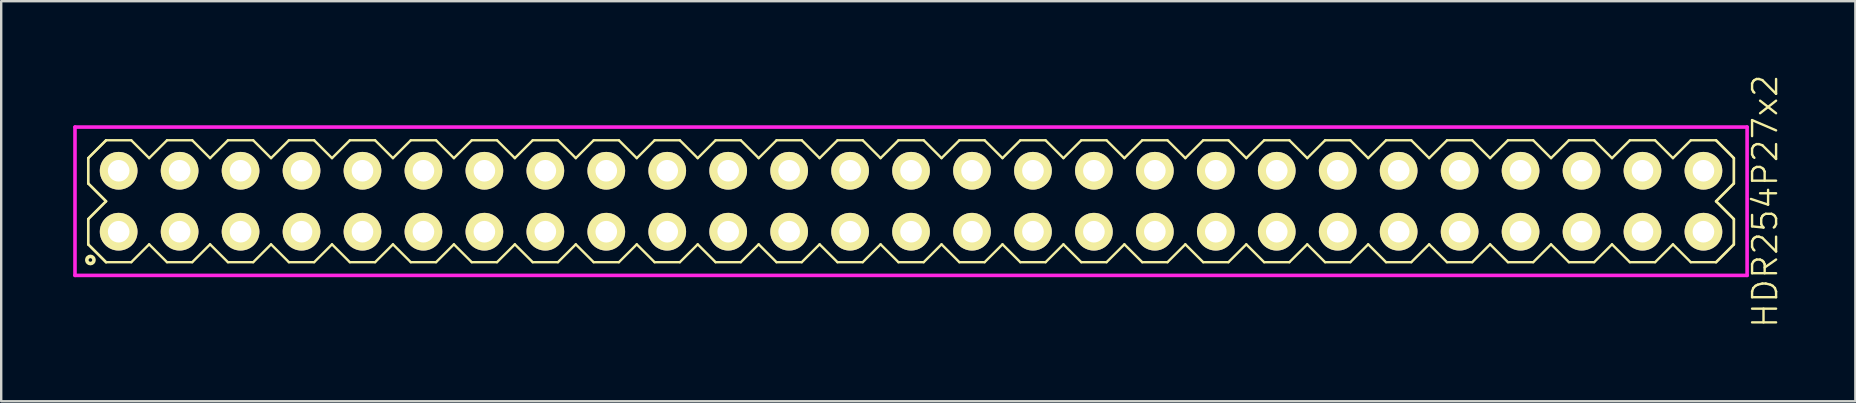
<source format=kicad_pcb>
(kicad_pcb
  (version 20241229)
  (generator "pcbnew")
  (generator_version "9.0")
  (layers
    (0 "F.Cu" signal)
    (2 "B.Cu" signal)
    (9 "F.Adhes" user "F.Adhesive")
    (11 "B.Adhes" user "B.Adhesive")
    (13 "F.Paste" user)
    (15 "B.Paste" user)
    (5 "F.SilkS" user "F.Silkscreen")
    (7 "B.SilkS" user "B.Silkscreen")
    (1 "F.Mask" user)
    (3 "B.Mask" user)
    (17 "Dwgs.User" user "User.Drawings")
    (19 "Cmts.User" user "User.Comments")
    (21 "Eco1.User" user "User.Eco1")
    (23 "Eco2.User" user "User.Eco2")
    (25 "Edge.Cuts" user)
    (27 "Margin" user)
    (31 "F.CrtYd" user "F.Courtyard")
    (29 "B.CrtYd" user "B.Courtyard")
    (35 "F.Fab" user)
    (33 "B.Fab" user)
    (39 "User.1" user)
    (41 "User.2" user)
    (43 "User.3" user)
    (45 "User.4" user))
  (footprint "HDR254P27x2"
    (layer "F.Cu")
    (at 34.915 5.336)
    (property "Reference" "HDR254P27x2" (at 35.59 0 90) (layer "F.SilkS") (effects (font (size 1 1) (thickness 0.1))))
    (attr through_hole)
    (fp_line (start -34.29 -1.796) (end -33.546 -2.54) (stroke (width 0.1) (type solid)) (layer "F.SilkS"))
    (fp_line (start -34.29 -1.796) (end -33.546 -2.54) (stroke (width 0.1) (type solid)) (layer "F.SilkS"))
    (fp_line (start -34.29 -0.744) (end -34.29 -1.796) (stroke (width 0.1) (type solid)) (layer "F.SilkS"))
    (fp_line (start -34.29 -0.744) (end -34.29 -1.796) (stroke (width 0.1) (type solid)) (layer "F.SilkS"))
    (fp_line (start -34.29 0.744) (end -33.546 0) (stroke (width 0.1) (type solid)) (layer "F.SilkS"))
    (fp_line (start -34.29 0.744) (end -33.546 0) (stroke (width 0.1) (type solid)) (layer "F.SilkS"))
    (fp_line (start -34.29 1.796) (end -34.29 0.744) (stroke (width 0.1) (type solid)) (layer "F.SilkS"))
    (fp_line (start -34.29 1.796) (end -34.29 0.744) (stroke (width 0.1) (type solid)) (layer "F.SilkS"))
    (fp_line (start -33.546 -2.54) (end -32.494 -2.54) (stroke (width 0.1) (type solid)) (layer "F.SilkS"))
    (fp_line (start -33.546 0) (end -34.29 -0.744) (stroke (width 0.1) (type solid)) (layer "F.SilkS"))
    (fp_line (start -33.546 0) (end -34.29 -0.744) (stroke (width 0.1) (type solid)) (layer "F.SilkS"))
    (fp_line (start -33.546 2.54) (end -34.29 1.796) (stroke (width 0.1) (type solid)) (layer "F.SilkS"))
    (fp_line (start -33.546 2.54) (end -34.29 1.796) (stroke (width 0.1) (type solid)) (layer "F.SilkS"))
    (fp_line (start -32.494 -2.54) (end -31.75 -1.796) (stroke (width 0.1) (type solid)) (layer "F.SilkS"))
    (fp_line (start -32.494 2.54) (end -33.546 2.54) (stroke (width 0.1) (type solid)) (layer "F.SilkS"))
    (fp_line (start -31.75 -1.796) (end -31.006 -2.54) (stroke (width 0.1) (type solid)) (layer "F.SilkS"))
    (fp_line (start -31.75 1.796) (end -32.494 2.54) (stroke (width 0.1) (type solid)) (layer "F.SilkS"))
    (fp_line (start -31.006 -2.54) (end -29.954 -2.54) (stroke (width 0.1) (type solid)) (layer "F.SilkS"))
    (fp_line (start -31.006 2.54) (end -31.75 1.796) (stroke (width 0.1) (type solid)) (layer "F.SilkS"))
    (fp_line (start -29.954 -2.54) (end -29.21 -1.796) (stroke (width 0.1) (type solid)) (layer "F.SilkS"))
    (fp_line (start -29.954 2.54) (end -31.006 2.54) (stroke (width 0.1) (type solid)) (layer "F.SilkS"))
    (fp_line (start -29.21 -1.796) (end -28.466 -2.54) (stroke (width 0.1) (type solid)) (layer "F.SilkS"))
    (fp_line (start -29.21 1.796) (end -29.954 2.54) (stroke (width 0.1) (type solid)) (layer "F.SilkS"))
    (fp_line (start -28.466 -2.54) (end -27.414 -2.54) (stroke (width 0.1) (type solid)) (layer "F.SilkS"))
    (fp_line (start -28.466 2.54) (end -29.21 1.796) (stroke (width 0.1) (type solid)) (layer "F.SilkS"))
    (fp_line (start -27.414 -2.54) (end -26.67 -1.796) (stroke (width 0.1) (type solid)) (layer "F.SilkS"))
    (fp_line (start -27.414 2.54) (end -28.466 2.54) (stroke (width 0.1) (type solid)) (layer "F.SilkS"))
    (fp_line (start -26.67 -1.796) (end -25.926 -2.54) (stroke (width 0.1) (type solid)) (layer "F.SilkS"))
    (fp_line (start -26.67 1.796) (end -27.414 2.54) (stroke (width 0.1) (type solid)) (layer "F.SilkS"))
    (fp_line (start -25.926 -2.54) (end -24.874 -2.54) (stroke (width 0.1) (type solid)) (layer "F.SilkS"))
    (fp_line (start -25.926 2.54) (end -26.67 1.796) (stroke (width 0.1) (type solid)) (layer "F.SilkS"))
    (fp_line (start -24.874 -2.54) (end -24.13 -1.796) (stroke (width 0.1) (type solid)) (layer "F.SilkS"))
    (fp_line (start -24.874 2.54) (end -25.926 2.54) (stroke (width 0.1) (type solid)) (layer "F.SilkS"))
    (fp_line (start -24.13 -1.796) (end -23.386 -2.54) (stroke (width 0.1) (type solid)) (layer "F.SilkS"))
    (fp_line (start -24.13 1.796) (end -24.874 2.54) (stroke (width 0.1) (type solid)) (layer "F.SilkS"))
    (fp_line (start -23.386 -2.54) (end -22.334 -2.54) (stroke (width 0.1) (type solid)) (layer "F.SilkS"))
    (fp_line (start -23.386 2.54) (end -24.13 1.796) (stroke (width 0.1) (type solid)) (layer "F.SilkS"))
    (fp_line (start -22.334 -2.54) (end -21.59 -1.796) (stroke (width 0.1) (type solid)) (layer "F.SilkS"))
    (fp_line (start -22.334 2.54) (end -23.386 2.54) (stroke (width 0.1) (type solid)) (layer "F.SilkS"))
    (fp_line (start -21.59 -1.796) (end -20.846 -2.54) (stroke (width 0.1) (type solid)) (layer "F.SilkS"))
    (fp_line (start -21.59 1.796) (end -22.334 2.54) (stroke (width 0.1) (type solid)) (layer "F.SilkS"))
    (fp_line (start -20.846 -2.54) (end -19.794 -2.54) (stroke (width 0.1) (type solid)) (layer "F.SilkS"))
    (fp_line (start -20.846 2.54) (end -21.59 1.796) (stroke (width 0.1) (type solid)) (layer "F.SilkS"))
    (fp_line (start -19.794 -2.54) (end -19.05 -1.796) (stroke (width 0.1) (type solid)) (layer "F.SilkS"))
    (fp_line (start -19.794 2.54) (end -20.846 2.54) (stroke (width 0.1) (type solid)) (layer "F.SilkS"))
    (fp_line (start -19.05 -1.796) (end -18.306 -2.54) (stroke (width 0.1) (type solid)) (layer "F.SilkS"))
    (fp_line (start -19.05 1.796) (end -19.794 2.54) (stroke (width 0.1) (type solid)) (layer "F.SilkS"))
    (fp_line (start -18.306 -2.54) (end -17.254 -2.54) (stroke (width 0.1) (type solid)) (layer "F.SilkS"))
    (fp_line (start -18.306 2.54) (end -19.05 1.796) (stroke (width 0.1) (type solid)) (layer "F.SilkS"))
    (fp_line (start -17.254 -2.54) (end -16.51 -1.796) (stroke (width 0.1) (type solid)) (layer "F.SilkS"))
    (fp_line (start -17.254 2.54) (end -18.306 2.54) (stroke (width 0.1) (type solid)) (layer "F.SilkS"))
    (fp_line (start -16.51 -1.796) (end -15.766 -2.54) (stroke (width 0.1) (type solid)) (layer "F.SilkS"))
    (fp_line (start -16.51 1.796) (end -17.254 2.54) (stroke (width 0.1) (type solid)) (layer "F.SilkS"))
    (fp_line (start -15.766 -2.54) (end -14.714 -2.54) (stroke (width 0.1) (type solid)) (layer "F.SilkS"))
    (fp_line (start -15.766 2.54) (end -16.51 1.796) (stroke (width 0.1) (type solid)) (layer "F.SilkS"))
    (fp_line (start -14.714 -2.54) (end -13.97 -1.796) (stroke (width 0.1) (type solid)) (layer "F.SilkS"))
    (fp_line (start -14.714 2.54) (end -15.766 2.54) (stroke (width 0.1) (type solid)) (layer "F.SilkS"))
    (fp_line (start -13.97 -1.796) (end -13.226 -2.54) (stroke (width 0.1) (type solid)) (layer "F.SilkS"))
    (fp_line (start -13.97 1.796) (end -14.714 2.54) (stroke (width 0.1) (type solid)) (layer "F.SilkS"))
    (fp_line (start -13.226 -2.54) (end -12.174 -2.54) (stroke (width 0.1) (type solid)) (layer "F.SilkS"))
    (fp_line (start -13.226 2.54) (end -13.97 1.796) (stroke (width 0.1) (type solid)) (layer "F.SilkS"))
    (fp_line (start -12.174 -2.54) (end -11.43 -1.796) (stroke (width 0.1) (type solid)) (layer "F.SilkS"))
    (fp_line (start -12.174 2.54) (end -13.226 2.54) (stroke (width 0.1) (type solid)) (layer "F.SilkS"))
    (fp_line (start -11.43 -1.796) (end -10.686 -2.54) (stroke (width 0.1) (type solid)) (layer "F.SilkS"))
    (fp_line (start -11.43 1.796) (end -12.174 2.54) (stroke (width 0.1) (type solid)) (layer "F.SilkS"))
    (fp_line (start -10.686 -2.54) (end -9.634 -2.54) (stroke (width 0.1) (type solid)) (layer "F.SilkS"))
    (fp_line (start -10.686 2.54) (end -11.43 1.796) (stroke (width 0.1) (type solid)) (layer "F.SilkS"))
    (fp_line (start -9.634 -2.54) (end -8.89 -1.796) (stroke (width 0.1) (type solid)) (layer "F.SilkS"))
    (fp_line (start -9.634 2.54) (end -10.686 2.54) (stroke (width 0.1) (type solid)) (layer "F.SilkS"))
    (fp_line (start -8.89 -1.796) (end -8.146 -2.54) (stroke (width 0.1) (type solid)) (layer "F.SilkS"))
    (fp_line (start -8.89 1.796) (end -9.634 2.54) (stroke (width 0.1) (type solid)) (layer "F.SilkS"))
    (fp_line (start -8.146 -2.54) (end -7.094 -2.54) (stroke (width 0.1) (type solid)) (layer "F.SilkS"))
    (fp_line (start -8.146 2.54) (end -8.89 1.796) (stroke (width 0.1) (type solid)) (layer "F.SilkS"))
    (fp_line (start -7.094 -2.54) (end -6.35 -1.796) (stroke (width 0.1) (type solid)) (layer "F.SilkS"))
    (fp_line (start -7.094 2.54) (end -8.146 2.54) (stroke (width 0.1) (type solid)) (layer "F.SilkS"))
    (fp_line (start -6.35 -1.796) (end -5.606 -2.54) (stroke (width 0.1) (type solid)) (layer "F.SilkS"))
    (fp_line (start -6.35 1.796) (end -7.094 2.54) (stroke (width 0.1) (type solid)) (layer "F.SilkS"))
    (fp_line (start -5.606 -2.54) (end -4.554 -2.54) (stroke (width 0.1) (type solid)) (layer "F.SilkS"))
    (fp_line (start -5.606 2.54) (end -6.35 1.796) (stroke (width 0.1) (type solid)) (layer "F.SilkS"))
    (fp_line (start -4.554 -2.54) (end -3.81 -1.796) (stroke (width 0.1) (type solid)) (layer "F.SilkS"))
    (fp_line (start -4.554 2.54) (end -5.606 2.54) (stroke (width 0.1) (type solid)) (layer "F.SilkS"))
    (fp_line (start -3.81 -1.796) (end -3.066 -2.54) (stroke (width 0.1) (type solid)) (layer "F.SilkS"))
    (fp_line (start -3.81 1.796) (end -4.554 2.54) (stroke (width 0.1) (type solid)) (layer "F.SilkS"))
    (fp_line (start -3.066 -2.54) (end -2.014 -2.54) (stroke (width 0.1) (type solid)) (layer "F.SilkS"))
    (fp_line (start -3.066 2.54) (end -3.81 1.796) (stroke (width 0.1) (type solid)) (layer "F.SilkS"))
    (fp_line (start -2.014 -2.54) (end -1.27 -1.796) (stroke (width 0.1) (type solid)) (layer "F.SilkS"))
    (fp_line (start -2.014 2.54) (end -3.066 2.54) (stroke (width 0.1) (type solid)) (layer "F.SilkS"))
    (fp_line (start -1.27 -1.796) (end -0.526 -2.54) (stroke (width 0.1) (type solid)) (layer "F.SilkS"))
    (fp_line (start -1.27 1.796) (end -2.014 2.54) (stroke (width 0.1) (type solid)) (layer "F.SilkS"))
    (fp_line (start -0.526 -2.54) (end 0.526 -2.54) (stroke (width 0.1) (type solid)) (layer "F.SilkS"))
    (fp_line (start -0.526 2.54) (end -1.27 1.796) (stroke (width 0.1) (type solid)) (layer "F.SilkS"))
    (fp_line (start 0.526 -2.54) (end 1.27 -1.796) (stroke (width 0.1) (type solid)) (layer "F.SilkS"))
    (fp_line (start 0.526 2.54) (end -0.526 2.54) (stroke (width 0.1) (type solid)) (layer "F.SilkS"))
    (fp_line (start 1.27 -1.796) (end 2.014 -2.54) (stroke (width 0.1) (type solid)) (layer "F.SilkS"))
    (fp_line (start 1.27 1.796) (end 0.526 2.54) (stroke (width 0.1) (type solid)) (layer "F.SilkS"))
    (fp_line (start 2.014 -2.54) (end 3.066 -2.54) (stroke (width 0.1) (type solid)) (layer "F.SilkS"))
    (fp_line (start 2.014 2.54) (end 1.27 1.796) (stroke (width 0.1) (type solid)) (layer "F.SilkS"))
    (fp_line (start 3.066 -2.54) (end 3.81 -1.796) (stroke (width 0.1) (type solid)) (layer "F.SilkS"))
    (fp_line (start 3.066 2.54) (end 2.014 2.54) (stroke (width 0.1) (type solid)) (layer "F.SilkS"))
    (fp_line (start 3.81 -1.796) (end 4.554 -2.54) (stroke (width 0.1) (type solid)) (layer "F.SilkS"))
    (fp_line (start 3.81 1.796) (end 3.066 2.54) (stroke (width 0.1) (type solid)) (layer "F.SilkS"))
    (fp_line (start 4.554 -2.54) (end 5.606 -2.54) (stroke (width 0.1) (type solid)) (layer "F.SilkS"))
    (fp_line (start 4.554 2.54) (end 3.81 1.796) (stroke (width 0.1) (type solid)) (layer "F.SilkS"))
    (fp_line (start 5.606 -2.54) (end 6.35 -1.796) (stroke (width 0.1) (type solid)) (layer "F.SilkS"))
    (fp_line (start 5.606 2.54) (end 4.554 2.54) (stroke (width 0.1) (type solid)) (layer "F.SilkS"))
    (fp_line (start 6.35 -1.796) (end 7.094 -2.54) (stroke (width 0.1) (type solid)) (layer "F.SilkS"))
    (fp_line (start 6.35 1.796) (end 5.606 2.54) (stroke (width 0.1) (type solid)) (layer "F.SilkS"))
    (fp_line (start 7.094 -2.54) (end 8.146 -2.54) (stroke (width 0.1) (type solid)) (layer "F.SilkS"))
    (fp_line (start 7.094 2.54) (end 6.35 1.796) (stroke (width 0.1) (type solid)) (layer "F.SilkS"))
    (fp_line (start 8.146 -2.54) (end 8.89 -1.796) (stroke (width 0.1) (type solid)) (layer "F.SilkS"))
    (fp_line (start 8.146 2.54) (end 7.094 2.54) (stroke (width 0.1) (type solid)) (layer "F.SilkS"))
    (fp_line (start 8.89 -1.796) (end 9.634 -2.54) (stroke (width 0.1) (type solid)) (layer "F.SilkS"))
    (fp_line (start 8.89 1.796) (end 8.146 2.54) (stroke (width 0.1) (type solid)) (layer "F.SilkS"))
    (fp_line (start 9.634 -2.54) (end 10.686 -2.54) (stroke (width 0.1) (type solid)) (layer "F.SilkS"))
    (fp_line (start 9.634 2.54) (end 8.89 1.796) (stroke (width 0.1) (type solid)) (layer "F.SilkS"))
    (fp_line (start 10.686 -2.54) (end 11.43 -1.796) (stroke (width 0.1) (type solid)) (layer "F.SilkS"))
    (fp_line (start 10.686 2.54) (end 9.634 2.54) (stroke (width 0.1) (type solid)) (layer "F.SilkS"))
    (fp_line (start 11.43 -1.796) (end 12.174 -2.54) (stroke (width 0.1) (type solid)) (layer "F.SilkS"))
    (fp_line (start 11.43 1.796) (end 10.686 2.54) (stroke (width 0.1) (type solid)) (layer "F.SilkS"))
    (fp_line (start 12.174 -2.54) (end 13.226 -2.54) (stroke (width 0.1) (type solid)) (layer "F.SilkS"))
    (fp_line (start 12.174 2.54) (end 11.43 1.796) (stroke (width 0.1) (type solid)) (layer "F.SilkS"))
    (fp_line (start 13.226 -2.54) (end 13.97 -1.796) (stroke (width 0.1) (type solid)) (layer "F.SilkS"))
    (fp_line (start 13.226 2.54) (end 12.174 2.54) (stroke (width 0.1) (type solid)) (layer "F.SilkS"))
    (fp_line (start 13.97 -1.796) (end 14.714 -2.54) (stroke (width 0.1) (type solid)) (layer "F.SilkS"))
    (fp_line (start 13.97 1.796) (end 13.226 2.54) (stroke (width 0.1) (type solid)) (layer "F.SilkS"))
    (fp_line (start 14.714 -2.54) (end 15.766 -2.54) (stroke (width 0.1) (type solid)) (layer "F.SilkS"))
    (fp_line (start 14.714 2.54) (end 13.97 1.796) (stroke (width 0.1) (type solid)) (layer "F.SilkS"))
    (fp_line (start 15.766 -2.54) (end 16.51 -1.796) (stroke (width 0.1) (type solid)) (layer "F.SilkS"))
    (fp_line (start 15.766 2.54) (end 14.714 2.54) (stroke (width 0.1) (type solid)) (layer "F.SilkS"))
    (fp_line (start 16.51 -1.796) (end 17.254 -2.54) (stroke (width 0.1) (type solid)) (layer "F.SilkS"))
    (fp_line (start 16.51 1.796) (end 15.766 2.54) (stroke (width 0.1) (type solid)) (layer "F.SilkS"))
    (fp_line (start 17.254 -2.54) (end 18.306 -2.54) (stroke (width 0.1) (type solid)) (layer "F.SilkS"))
    (fp_line (start 17.254 2.54) (end 16.51 1.796) (stroke (width 0.1) (type solid)) (layer "F.SilkS"))
    (fp_line (start 18.306 -2.54) (end 19.05 -1.796) (stroke (width 0.1) (type solid)) (layer "F.SilkS"))
    (fp_line (start 18.306 2.54) (end 17.254 2.54) (stroke (width 0.1) (type solid)) (layer "F.SilkS"))
    (fp_line (start 19.05 -1.796) (end 19.794 -2.54) (stroke (width 0.1) (type solid)) (layer "F.SilkS"))
    (fp_line (start 19.05 1.796) (end 18.306 2.54) (stroke (width 0.1) (type solid)) (layer "F.SilkS"))
    (fp_line (start 19.794 -2.54) (end 20.846 -2.54) (stroke (width 0.1) (type solid)) (layer "F.SilkS"))
    (fp_line (start 19.794 2.54) (end 19.05 1.796) (stroke (width 0.1) (type solid)) (layer "F.SilkS"))
    (fp_line (start 20.846 -2.54) (end 21.59 -1.796) (stroke (width 0.1) (type solid)) (layer "F.SilkS"))
    (fp_line (start 20.846 2.54) (end 19.794 2.54) (stroke (width 0.1) (type solid)) (layer "F.SilkS"))
    (fp_line (start 21.59 -1.796) (end 22.334 -2.54) (stroke (width 0.1) (type solid)) (layer "F.SilkS"))
    (fp_line (start 21.59 1.796) (end 20.846 2.54) (stroke (width 0.1) (type solid)) (layer "F.SilkS"))
    (fp_line (start 22.334 -2.54) (end 23.386 -2.54) (stroke (width 0.1) (type solid)) (layer "F.SilkS"))
    (fp_line (start 22.334 2.54) (end 21.59 1.796) (stroke (width 0.1) (type solid)) (layer "F.SilkS"))
    (fp_line (start 23.386 -2.54) (end 24.13 -1.796) (stroke (width 0.1) (type solid)) (layer "F.SilkS"))
    (fp_line (start 23.386 2.54) (end 22.334 2.54) (stroke (width 0.1) (type solid)) (layer "F.SilkS"))
    (fp_line (start 24.13 -1.796) (end 24.874 -2.54) (stroke (width 0.1) (type solid)) (layer "F.SilkS"))
    (fp_line (start 24.13 1.796) (end 23.386 2.54) (stroke (width 0.1) (type solid)) (layer "F.SilkS"))
    (fp_line (start 24.874 -2.54) (end 25.926 -2.54) (stroke (width 0.1) (type solid)) (layer "F.SilkS"))
    (fp_line (start 24.874 2.54) (end 24.13 1.796) (stroke (width 0.1) (type solid)) (layer "F.SilkS"))
    (fp_line (start 25.926 -2.54) (end 26.67 -1.796) (stroke (width 0.1) (type solid)) (layer "F.SilkS"))
    (fp_line (start 25.926 2.54) (end 24.874 2.54) (stroke (width 0.1) (type solid)) (layer "F.SilkS"))
    (fp_line (start 26.67 -1.796) (end 27.414 -2.54) (stroke (width 0.1) (type solid)) (layer "F.SilkS"))
    (fp_line (start 26.67 1.796) (end 25.926 2.54) (stroke (width 0.1) (type solid)) (layer "F.SilkS"))
    (fp_line (start 27.414 -2.54) (end 28.466 -2.54) (stroke (width 0.1) (type solid)) (layer "F.SilkS"))
    (fp_line (start 27.414 2.54) (end 26.67 1.796) (stroke (width 0.1) (type solid)) (layer "F.SilkS"))
    (fp_line (start 28.466 -2.54) (end 29.21 -1.796) (stroke (width 0.1) (type solid)) (layer "F.SilkS"))
    (fp_line (start 28.466 2.54) (end 27.414 2.54) (stroke (width 0.1) (type solid)) (layer "F.SilkS"))
    (fp_line (start 29.21 -1.796) (end 29.954 -2.54) (stroke (width 0.1) (type solid)) (layer "F.SilkS"))
    (fp_line (start 29.21 1.796) (end 28.466 2.54) (stroke (width 0.1) (type solid)) (layer "F.SilkS"))
    (fp_line (start 29.954 -2.54) (end 31.006 -2.54) (stroke (width 0.1) (type solid)) (layer "F.SilkS"))
    (fp_line (start 29.954 2.54) (end 29.21 1.796) (stroke (width 0.1) (type solid)) (layer "F.SilkS"))
    (fp_line (start 31.006 -2.54) (end 31.75 -1.796) (stroke (width 0.1) (type solid)) (layer "F.SilkS"))
    (fp_line (start 31.006 2.54) (end 29.954 2.54) (stroke (width 0.1) (type solid)) (layer "F.SilkS"))
    (fp_line (start 31.75 -1.796) (end 32.494 -2.54) (stroke (width 0.1) (type solid)) (layer "F.SilkS"))
    (fp_line (start 31.75 1.796) (end 31.006 2.54) (stroke (width 0.1) (type solid)) (layer "F.SilkS"))
    (fp_line (start 32.494 -2.54) (end 33.546 -2.54) (stroke (width 0.1) (type solid)) (layer "F.SilkS"))
    (fp_line (start 32.494 2.54) (end 31.75 1.796) (stroke (width 0.1) (type solid)) (layer "F.SilkS"))
    (fp_line (start 33.546 -2.54) (end 34.29 -1.796) (stroke (width 0.1) (type solid)) (layer "F.SilkS"))
    (fp_line (start 33.546 -2.54) (end 34.29 -1.796) (stroke (width 0.1) (type solid)) (layer "F.SilkS"))
    (fp_line (start 33.546 0) (end 34.29 0.744) (stroke (width 0.1) (type solid)) (layer "F.SilkS"))
    (fp_line (start 33.546 0) (end 34.29 0.744) (stroke (width 0.1) (type solid)) (layer "F.SilkS"))
    (fp_line (start 33.546 2.54) (end 32.494 2.54) (stroke (width 0.1) (type solid)) (layer "F.SilkS"))
    (fp_line (start 34.29 -1.796) (end 34.29 -0.744) (stroke (width 0.1) (type solid)) (layer "F.SilkS"))
    (fp_line (start 34.29 -1.796) (end 34.29 -0.744) (stroke (width 0.1) (type solid)) (layer "F.SilkS"))
    (fp_line (start 34.29 -0.744) (end 33.546 0) (stroke (width 0.1) (type solid)) (layer "F.SilkS"))
    (fp_line (start 34.29 -0.744) (end 33.546 0) (stroke (width 0.1) (type solid)) (layer "F.SilkS"))
    (fp_line (start 34.29 0.744) (end 34.29 1.796) (stroke (width 0.1) (type solid)) (layer "F.SilkS"))
    (fp_line (start 34.29 0.744) (end 34.29 1.796) (stroke (width 0.1) (type solid)) (layer "F.SilkS"))
    (fp_line (start 34.29 1.796) (end 33.546 2.54) (stroke (width 0.1) (type solid)) (layer "F.SilkS"))
    (fp_line (start 34.29 1.796) (end 33.546 2.54) (stroke (width 0.1) (type solid)) (layer "F.SilkS"))
    (fp_circle (center -34.198 2.448) (end -34.048 2.448) (stroke (width 0.15) (type solid)) (fill no) (layer "F.SilkS"))
    (fp_line (start -34.84 -3.09) (end -34.84 3.09) (stroke (width 0.15) (type solid)) (layer "F.CrtYd"))
    (fp_line (start -34.84 3.09) (end 34.84 3.09) (stroke (width 0.15) (type solid)) (layer "F.CrtYd"))
    (fp_line (start 34.84 -3.09) (end -34.84 -3.09) (stroke (width 0.15) (type solid)) (layer "F.CrtYd"))
    (fp_line (start 34.84 3.09) (end 34.84 -3.09) (stroke (width 0.15) (type solid)) (layer "F.CrtYd"))
    (pad "1" thru_hole oval (at -33.02 1.27) (size 1.57 1.57) (drill 0.9) (layers "*.Cu" "*.Mask" "F.SilkS"))
    (pad "2" thru_hole oval (at -33.02 -1.27) (size 1.57 1.57) (drill 0.9) (layers "*.Cu" "*.Mask" "F.SilkS"))
    (pad "3" thru_hole oval (at -30.48 1.27) (size 1.57 1.57) (drill 0.9) (layers "*.Cu" "*.Mask" "F.SilkS"))
    (pad "4" thru_hole oval (at -30.48 -1.27) (size 1.57 1.57) (drill 0.9) (layers "*.Cu" "*.Mask" "F.SilkS"))
    (pad "5" thru_hole oval (at -27.94 1.27) (size 1.57 1.57) (drill 0.9) (layers "*.Cu" "*.Mask" "F.SilkS"))
    (pad "6" thru_hole oval (at -27.94 -1.27) (size 1.57 1.57) (drill 0.9) (layers "*.Cu" "*.Mask" "F.SilkS"))
    (pad "7" thru_hole oval (at -25.4 1.27) (size 1.57 1.57) (drill 0.9) (layers "*.Cu" "*.Mask" "F.SilkS"))
    (pad "8" thru_hole oval (at -25.4 -1.27) (size 1.57 1.57) (drill 0.9) (layers "*.Cu" "*.Mask" "F.SilkS"))
    (pad "9" thru_hole oval (at -22.86 1.27) (size 1.57 1.57) (drill 0.9) (layers "*.Cu" "*.Mask" "F.SilkS"))
    (pad "10" thru_hole oval (at -22.86 -1.27) (size 1.57 1.57) (drill 0.9) (layers "*.Cu" "*.Mask" "F.SilkS"))
    (pad "11" thru_hole oval (at -20.32 1.27) (size 1.57 1.57) (drill 0.9) (layers "*.Cu" "*.Mask" "F.SilkS"))
    (pad "12" thru_hole oval (at -20.32 -1.27) (size 1.57 1.57) (drill 0.9) (layers "*.Cu" "*.Mask" "F.SilkS"))
    (pad "13" thru_hole oval (at -17.78 1.27) (size 1.57 1.57) (drill 0.9) (layers "*.Cu" "*.Mask" "F.SilkS"))
    (pad "14" thru_hole oval (at -17.78 -1.27) (size 1.57 1.57) (drill 0.9) (layers "*.Cu" "*.Mask" "F.SilkS"))
    (pad "15" thru_hole oval (at -15.24 1.27) (size 1.57 1.57) (drill 0.9) (layers "*.Cu" "*.Mask" "F.SilkS"))
    (pad "16" thru_hole oval (at -15.24 -1.27) (size 1.57 1.57) (drill 0.9) (layers "*.Cu" "*.Mask" "F.SilkS"))
    (pad "17" thru_hole oval (at -12.7 1.27) (size 1.57 1.57) (drill 0.9) (layers "*.Cu" "*.Mask" "F.SilkS"))
    (pad "18" thru_hole oval (at -12.7 -1.27) (size 1.57 1.57) (drill 0.9) (layers "*.Cu" "*.Mask" "F.SilkS"))
    (pad "19" thru_hole oval (at -10.16 1.27) (size 1.57 1.57) (drill 0.9) (layers "*.Cu" "*.Mask" "F.SilkS"))
    (pad "20" thru_hole oval (at -10.16 -1.27) (size 1.57 1.57) (drill 0.9) (layers "*.Cu" "*.Mask" "F.SilkS"))
    (pad "21" thru_hole oval (at -7.62 1.27) (size 1.57 1.57) (drill 0.9) (layers "*.Cu" "*.Mask" "F.SilkS"))
    (pad "22" thru_hole oval (at -7.62 -1.27) (size 1.57 1.57) (drill 0.9) (layers "*.Cu" "*.Mask" "F.SilkS"))
    (pad "23" thru_hole oval (at -5.08 1.27) (size 1.57 1.57) (drill 0.9) (layers "*.Cu" "*.Mask" "F.SilkS"))
    (pad "24" thru_hole oval (at -5.08 -1.27) (size 1.57 1.57) (drill 0.9) (layers "*.Cu" "*.Mask" "F.SilkS"))
    (pad "25" thru_hole oval (at -2.54 1.27) (size 1.57 1.57) (drill 0.9) (layers "*.Cu" "*.Mask" "F.SilkS"))
    (pad "26" thru_hole oval (at -2.54 -1.27) (size 1.57 1.57) (drill 0.9) (layers "*.Cu" "*.Mask" "F.SilkS"))
    (pad "27" thru_hole oval (at 0 1.27) (size 1.57 1.57) (drill 0.9) (layers "*.Cu" "*.Mask" "F.SilkS"))
    (pad "28" thru_hole oval (at 0 -1.27) (size 1.57 1.57) (drill 0.9) (layers "*.Cu" "*.Mask" "F.SilkS"))
    (pad "29" thru_hole oval (at 2.54 1.27) (size 1.57 1.57) (drill 0.9) (layers "*.Cu" "*.Mask" "F.SilkS"))
    (pad "30" thru_hole oval (at 2.54 -1.27) (size 1.57 1.57) (drill 0.9) (layers "*.Cu" "*.Mask" "F.SilkS"))
    (pad "31" thru_hole oval (at 5.08 1.27) (size 1.57 1.57) (drill 0.9) (layers "*.Cu" "*.Mask" "F.SilkS"))
    (pad "32" thru_hole oval (at 5.08 -1.27) (size 1.57 1.57) (drill 0.9) (layers "*.Cu" "*.Mask" "F.SilkS"))
    (pad "33" thru_hole oval (at 7.62 1.27) (size 1.57 1.57) (drill 0.9) (layers "*.Cu" "*.Mask" "F.SilkS"))
    (pad "34" thru_hole oval (at 7.62 -1.27) (size 1.57 1.57) (drill 0.9) (layers "*.Cu" "*.Mask" "F.SilkS"))
    (pad "35" thru_hole oval (at 10.16 1.27) (size 1.57 1.57) (drill 0.9) (layers "*.Cu" "*.Mask" "F.SilkS"))
    (pad "36" thru_hole oval (at 10.16 -1.27) (size 1.57 1.57) (drill 0.9) (layers "*.Cu" "*.Mask" "F.SilkS"))
    (pad "37" thru_hole oval (at 12.7 1.27) (size 1.57 1.57) (drill 0.9) (layers "*.Cu" "*.Mask" "F.SilkS"))
    (pad "38" thru_hole oval (at 12.7 -1.27) (size 1.57 1.57) (drill 0.9) (layers "*.Cu" "*.Mask" "F.SilkS"))
    (pad "39" thru_hole oval (at 15.24 1.27) (size 1.57 1.57) (drill 0.9) (layers "*.Cu" "*.Mask" "F.SilkS"))
    (pad "40" thru_hole oval (at 15.24 -1.27) (size 1.57 1.57) (drill 0.9) (layers "*.Cu" "*.Mask" "F.SilkS"))
    (pad "41" thru_hole oval (at 17.78 1.27) (size 1.57 1.57) (drill 0.9) (layers "*.Cu" "*.Mask" "F.SilkS"))
    (pad "42" thru_hole oval (at 17.78 -1.27) (size 1.57 1.57) (drill 0.9) (layers "*.Cu" "*.Mask" "F.SilkS"))
    (pad "43" thru_hole oval (at 20.32 1.27) (size 1.57 1.57) (drill 0.9) (layers "*.Cu" "*.Mask" "F.SilkS"))
    (pad "44" thru_hole oval (at 20.32 -1.27) (size 1.57 1.57) (drill 0.9) (layers "*.Cu" "*.Mask" "F.SilkS"))
    (pad "45" thru_hole oval (at 22.86 1.27) (size 1.57 1.57) (drill 0.9) (layers "*.Cu" "*.Mask" "F.SilkS"))
    (pad "46" thru_hole oval (at 22.86 -1.27) (size 1.57 1.57) (drill 0.9) (layers "*.Cu" "*.Mask" "F.SilkS"))
    (pad "47" thru_hole oval (at 25.4 1.27) (size 1.57 1.57) (drill 0.9) (layers "*.Cu" "*.Mask" "F.SilkS"))
    (pad "48" thru_hole oval (at 25.4 -1.27) (size 1.57 1.57) (drill 0.9) (layers "*.Cu" "*.Mask" "F.SilkS"))
    (pad "49" thru_hole oval (at 27.94 1.27) (size 1.57 1.57) (drill 0.9) (layers "*.Cu" "*.Mask" "F.SilkS"))
    (pad "50" thru_hole oval (at 27.94 -1.27) (size 1.57 1.57) (drill 0.9) (layers "*.Cu" "*.Mask" "F.SilkS"))
    (pad "51" thru_hole oval (at 30.48 1.27) (size 1.57 1.57) (drill 0.9) (layers "*.Cu" "*.Mask" "F.SilkS"))
    (pad "52" thru_hole oval (at 30.48 -1.27) (size 1.57 1.57) (drill 0.9) (layers "*.Cu" "*.Mask" "F.SilkS"))
    (pad "53" thru_hole oval (at 33.02 1.27) (size 1.57 1.57) (drill 0.9) (layers "*.Cu" "*.Mask" "F.SilkS"))
    (pad "54" thru_hole oval (at 33.02 -1.27) (size 1.57 1.57) (drill 0.9) (layers "*.Cu" "*.Mask" "F.SilkS")))
  (gr_rect
    (start -3 -3)
    (end 74.266 13.671)
    (stroke (width 0.1) (type default))
    (fill no)
    (layer "Edge.Cuts")))
</source>
